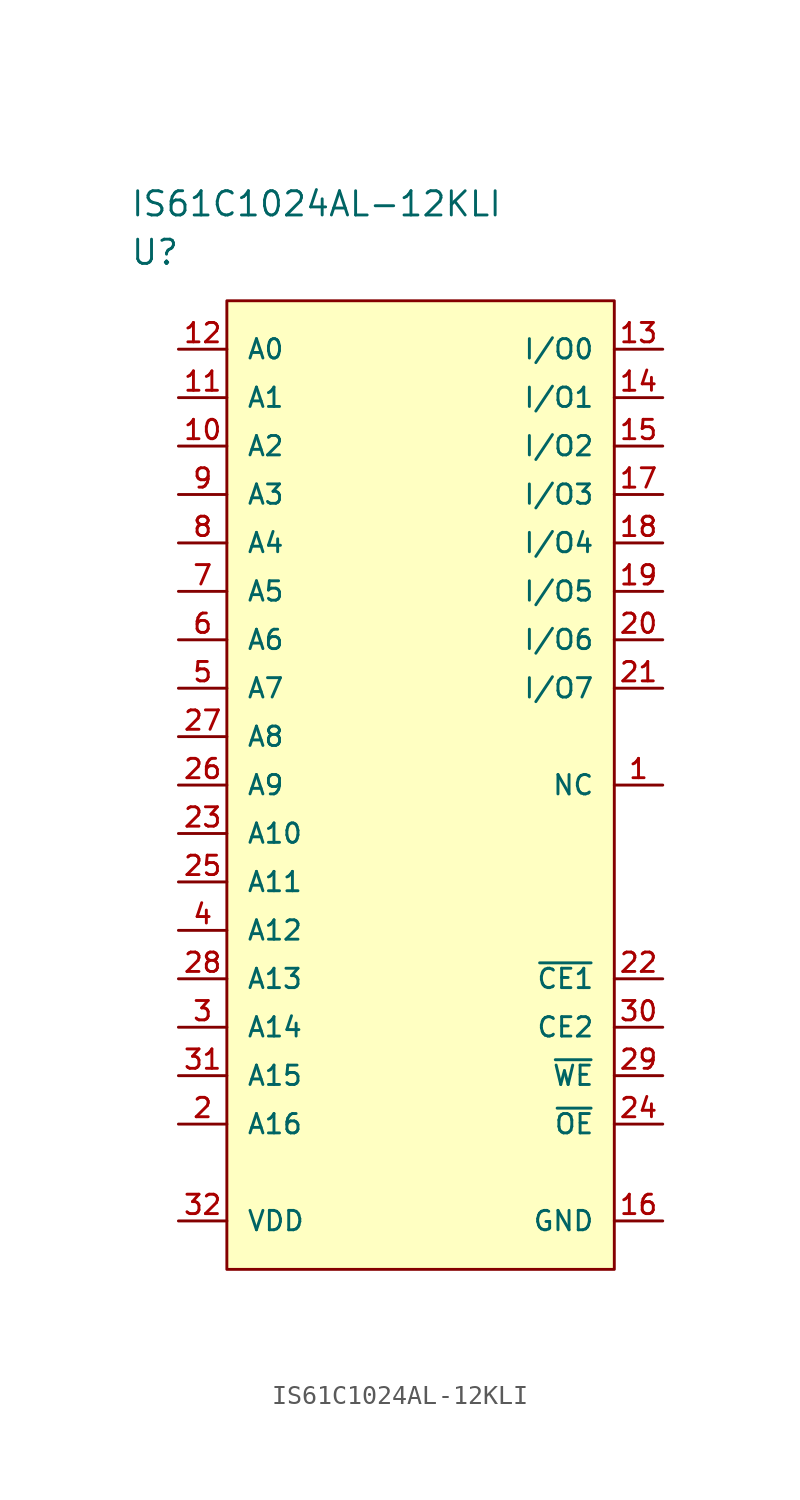
<source format=kicad_sym>
(kicad_symbol_lib
  (version 20201005)
  (generator kicad_symbol_editor)
  (symbol "IS61C1024AL-12KLI"
    (pin_names
      (offset 1.016))
    (property "Reference" "U"
      (at 0 5.08 0)
      (effects (font (size 1.27 1.27)) (justify left)))
    (property "Value" "IS61C1024AL-12KLI"
      (at 0 7.62 0)
      (effects (font (size 1.27 1.27)) (justify left)))
    (symbol "IS61C1024AL-12KLI_1_1"
      (rectangle (start 5.08 2.54) (end 25.4 -48.26) (stroke (width 0)) (fill (type background)))
      (pin passive line (at 27.94 -22.86 180) (length 2.54) (name "NC" (effects (font (size 1.016 1.016)))) (number "1" (effects (font (size 1.016 1.016)))))
      (pin input line (at 2.54 -5.08 0) (length 2.54) (name "A2" (effects (font (size 1.016 1.016)))) (number "10" (effects (font (size 1.016 1.016)))))
      (pin input line (at 2.54 -2.54 0) (length 2.54) (name "A1" (effects (font (size 1.016 1.016)))) (number "11" (effects (font (size 1.016 1.016)))))
      (pin input line (at 2.54 0 0) (length 2.54) (name "A0" (effects (font (size 1.016 1.016)))) (number "12" (effects (font (size 1.016 1.016)))))
      (pin bidirectional line (at 27.94 0 180) (length 2.54) (name "I/O0" (effects (font (size 1.016 1.016)))) (number "13" (effects (font (size 1.016 1.016)))))
      (pin bidirectional line (at 27.94 -2.54 180) (length 2.54) (name "I/O1" (effects (font (size 1.016 1.016)))) (number "14" (effects (font (size 1.016 1.016)))))
      (pin bidirectional line (at 27.94 -5.08 180) (length 2.54) (name "I/O2" (effects (font (size 1.016 1.016)))) (number "15" (effects (font (size 1.016 1.016)))))
      (pin power_in line (at 27.94 -45.72 180) (length 2.54) (name "GND" (effects (font (size 1.016 1.016)))) (number "16" (effects (font (size 1.016 1.016)))))
      (pin bidirectional line (at 27.94 -7.62 180) (length 2.54) (name "I/O3" (effects (font (size 1.016 1.016)))) (number "17" (effects (font (size 1.016 1.016)))))
      (pin bidirectional line (at 27.94 -10.16 180) (length 2.54) (name "I/O4" (effects (font (size 1.016 1.016)))) (number "18" (effects (font (size 1.016 1.016)))))
      (pin bidirectional line (at 27.94 -12.7 180) (length 2.54) (name "I/O5" (effects (font (size 1.016 1.016)))) (number "19" (effects (font (size 1.016 1.016)))))
      (pin input line (at 2.54 -40.64 0) (length 2.54) (name "A16" (effects (font (size 1.016 1.016)))) (number "2" (effects (font (size 1.016 1.016)))))
      (pin bidirectional line (at 27.94 -15.24 180) (length 2.54) (name "I/O6" (effects (font (size 1.016 1.016)))) (number "20" (effects (font (size 1.016 1.016)))))
      (pin bidirectional line (at 27.94 -17.78 180) (length 2.54) (name "I/O7" (effects (font (size 1.016 1.016)))) (number "21" (effects (font (size 1.016 1.016)))))
      (pin input line (at 27.94 -33.02 180) (length 2.54) (name "~CE1~" (effects (font (size 1.016 1.016)))) (number "22" (effects (font (size 1.016 1.016)))))
      (pin input line (at 2.54 -25.4 0) (length 2.54) (name "A10" (effects (font (size 1.016 1.016)))) (number "23" (effects (font (size 1.016 1.016)))))
      (pin input line (at 27.94 -40.64 180) (length 2.54) (name "~OE~" (effects (font (size 1.016 1.016)))) (number "24" (effects (font (size 1.016 1.016)))))
      (pin input line (at 2.54 -27.94 0) (length 2.54) (name "A11" (effects (font (size 1.016 1.016)))) (number "25" (effects (font (size 1.016 1.016)))))
      (pin input line (at 2.54 -22.86 0) (length 2.54) (name "A9" (effects (font (size 1.016 1.016)))) (number "26" (effects (font (size 1.016 1.016)))))
      (pin input line (at 2.54 -20.32 0) (length 2.54) (name "A8" (effects (font (size 1.016 1.016)))) (number "27" (effects (font (size 1.016 1.016)))))
      (pin input line (at 2.54 -33.02 0) (length 2.54) (name "A13" (effects (font (size 1.016 1.016)))) (number "28" (effects (font (size 1.016 1.016)))))
      (pin input line (at 27.94 -38.1 180) (length 2.54) (name "~WE~" (effects (font (size 1.016 1.016)))) (number "29" (effects (font (size 1.016 1.016)))))
      (pin input line (at 2.54 -35.56 0) (length 2.54) (name "A14" (effects (font (size 1.016 1.016)))) (number "3" (effects (font (size 1.016 1.016)))))
      (pin input line (at 27.94 -35.56 180) (length 2.54) (name "CE2" (effects (font (size 1.016 1.016)))) (number "30" (effects (font (size 1.016 1.016)))))
      (pin input line (at 2.54 -38.1 0) (length 2.54) (name "A15" (effects (font (size 1.016 1.016)))) (number "31" (effects (font (size 1.016 1.016)))))
      (pin power_in line (at 2.54 -45.72 0) (length 2.54) (name "VDD" (effects (font (size 1.016 1.016)))) (number "32" (effects (font (size 1.016 1.016)))))
      (pin input line (at 2.54 -30.48 0) (length 2.54) (name "A12" (effects (font (size 1.016 1.016)))) (number "4" (effects (font (size 1.016 1.016)))))
      (pin input line (at 2.54 -17.78 0) (length 2.54) (name "A7" (effects (font (size 1.016 1.016)))) (number "5" (effects (font (size 1.016 1.016)))))
      (pin input line (at 2.54 -15.24 0) (length 2.54) (name "A6" (effects (font (size 1.016 1.016)))) (number "6" (effects (font (size 1.016 1.016)))))
      (pin input line (at 2.54 -12.7 0) (length 2.54) (name "A5" (effects (font (size 1.016 1.016)))) (number "7" (effects (font (size 1.016 1.016)))))
      (pin input line (at 2.54 -10.16 0) (length 2.54) (name "A4" (effects (font (size 1.016 1.016)))) (number "8" (effects (font (size 1.016 1.016)))))
      (pin input line (at 2.54 -7.62 0) (length 2.54) (name "A3" (effects (font (size 1.016 1.016)))) (number "9" (effects (font (size 1.016 1.016))))))))
</source>
